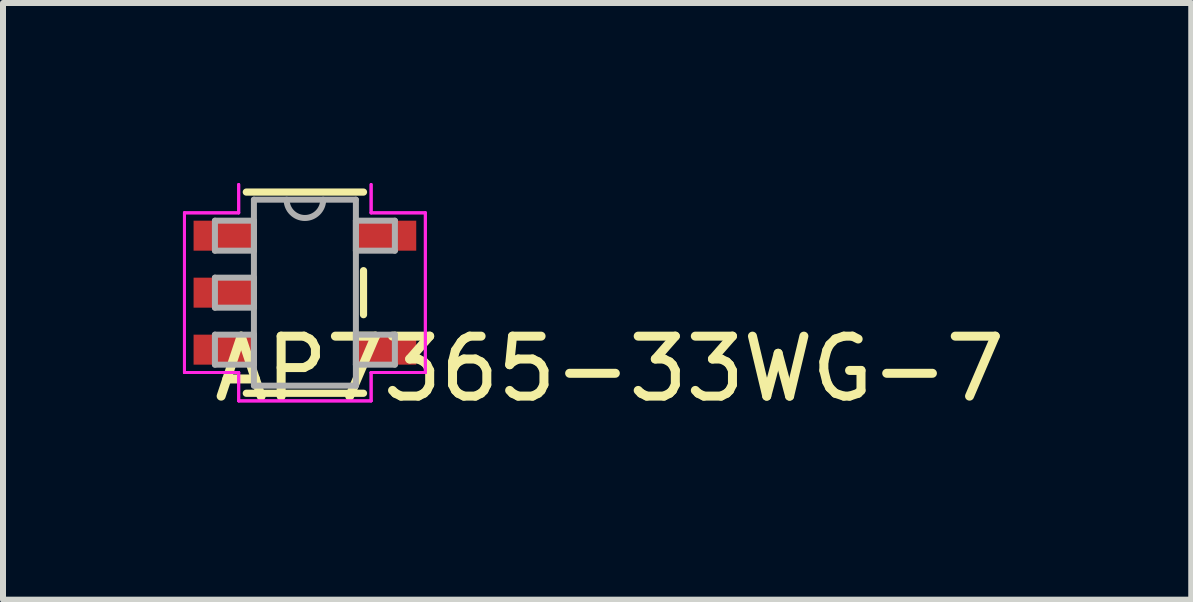
<source format=kicad_pcb>
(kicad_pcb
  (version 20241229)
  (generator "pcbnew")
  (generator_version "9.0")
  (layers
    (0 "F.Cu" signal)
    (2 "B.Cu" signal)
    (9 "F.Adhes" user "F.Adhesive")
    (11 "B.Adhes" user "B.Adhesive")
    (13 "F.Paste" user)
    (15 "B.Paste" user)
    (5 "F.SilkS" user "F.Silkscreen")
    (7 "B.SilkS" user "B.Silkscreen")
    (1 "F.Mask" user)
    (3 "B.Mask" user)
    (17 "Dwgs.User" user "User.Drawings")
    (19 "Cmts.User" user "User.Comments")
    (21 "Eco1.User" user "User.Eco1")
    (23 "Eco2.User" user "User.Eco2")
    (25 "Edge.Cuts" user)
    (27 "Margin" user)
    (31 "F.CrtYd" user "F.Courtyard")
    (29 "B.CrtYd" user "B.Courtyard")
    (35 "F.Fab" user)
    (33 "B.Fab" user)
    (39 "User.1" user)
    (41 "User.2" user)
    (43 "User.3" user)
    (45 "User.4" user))
  (footprint "AP7365-33WG-7"
    (layer "F.Cu")
    (at 2.033 1.829)
    (property "Reference" "AP7365-33WG-7" (at 5.08 1.27 0) (layer "F.SilkS") (effects (font (size 1 1) (thickness 0.15))))
    (attr through_hole)
    (fp_line (start -0.977 1.677) (end 0.977 1.677) (stroke (width 0.12) (type solid)) (layer "F.SilkS"))
    (fp_line (start 0.977 -1.677) (end -0.977 -1.677) (stroke (width 0.12) (type solid)) (layer "F.SilkS"))
    (fp_line (start 0.977 0.367) (end 0.977 -0.367) (stroke (width 0.12) (type solid)) (layer "F.SilkS"))
    (fp_line (start -2.008 -1.331) (end -1.104 -1.331) (stroke (width 0.05) (type solid)) (layer "F.CrtYd"))
    (fp_line (start -2.008 -1.331) (end -1.104 -1.331) (stroke (width 0.05) (type solid)) (layer "F.CrtYd"))
    (fp_line (start -2.008 1.331) (end -2.008 -1.331) (stroke (width 0.05) (type solid)) (layer "F.CrtYd"))
    (fp_line (start -2.008 1.331) (end -2.008 -1.331) (stroke (width 0.05) (type solid)) (layer "F.CrtYd"))
    (fp_line (start -1.104 -1.331) (end -1.104 -1.804) (stroke (width 0.05) (type solid)) (layer "F.CrtYd"))
    (fp_line (start -1.104 -1.331) (end -1.104 -1.804) (stroke (width 0.05) (type solid)) (layer "F.CrtYd"))
    (fp_line (start -1.104 1.331) (end -2.008 1.331) (stroke (width 0.05) (type solid)) (layer "F.CrtYd"))
    (fp_line (start -1.104 1.331) (end -2.008 1.331) (stroke (width 0.05) (type solid)) (layer "F.CrtYd"))
    (fp_line (start -1.104 1.804) (end -1.104 1.331) (stroke (width 0.05) (type solid)) (layer "F.CrtYd"))
    (fp_line (start -1.104 1.804) (end -1.104 1.331) (stroke (width 0.05) (type solid)) (layer "F.CrtYd"))
    (fp_line (start 1.104 -1.804) (end 1.104 -1.331) (stroke (width 0.05) (type solid)) (layer "F.CrtYd"))
    (fp_line (start 1.104 -1.804) (end 1.104 -1.331) (stroke (width 0.05) (type solid)) (layer "F.CrtYd"))
    (fp_line (start 1.104 -1.331) (end 2.008 -1.331) (stroke (width 0.05) (type solid)) (layer "F.CrtYd"))
    (fp_line (start 1.104 -1.331) (end 2.008 -1.331) (stroke (width 0.05) (type solid)) (layer "F.CrtYd"))
    (fp_line (start 1.104 1.331) (end 1.104 1.804) (stroke (width 0.05) (type solid)) (layer "F.CrtYd"))
    (fp_line (start 1.104 1.331) (end 1.104 1.804) (stroke (width 0.05) (type solid)) (layer "F.CrtYd"))
    (fp_line (start 1.104 1.804) (end -1.104 1.804) (stroke (width 0.05) (type solid)) (layer "F.CrtYd"))
    (fp_line (start 1.104 1.804) (end -1.104 1.804) (stroke (width 0.05) (type solid)) (layer "F.CrtYd"))
    (fp_line (start 2.008 -1.331) (end 2.008 1.331) (stroke (width 0.05) (type solid)) (layer "F.CrtYd"))
    (fp_line (start 2.008 -1.331) (end 2.008 1.331) (stroke (width 0.05) (type solid)) (layer "F.CrtYd"))
    (fp_line (start 2.008 1.331) (end 1.104 1.331) (stroke (width 0.05) (type solid)) (layer "F.CrtYd"))
    (fp_line (start 2.008 1.331) (end 1.104 1.331) (stroke (width 0.05) (type solid)) (layer "F.CrtYd"))
    (fp_line (start -1.5 -1.2) (end -1.5 -0.7) (stroke (width 0.1) (type solid)) (layer "F.Fab"))
    (fp_line (start -1.5 -0.7) (end -0.85 -0.7) (stroke (width 0.1) (type solid)) (layer "F.Fab"))
    (fp_line (start -1.5 -0.25) (end -1.5 0.25) (stroke (width 0.1) (type solid)) (layer "F.Fab"))
    (fp_line (start -1.5 0.25) (end -0.85 0.25) (stroke (width 0.1) (type solid)) (layer "F.Fab"))
    (fp_line (start -1.5 0.7) (end -1.5 1.2) (stroke (width 0.1) (type solid)) (layer "F.Fab"))
    (fp_line (start -1.5 1.2) (end -0.85 1.2) (stroke (width 0.1) (type solid)) (layer "F.Fab"))
    (fp_line (start -0.85 -1.55) (end -0.85 1.55) (stroke (width 0.1) (type solid)) (layer "F.Fab"))
    (fp_line (start -0.85 -1.2) (end -1.5 -1.2) (stroke (width 0.1) (type solid)) (layer "F.Fab"))
    (fp_line (start -0.85 -0.7) (end -0.85 -1.2) (stroke (width 0.1) (type solid)) (layer "F.Fab"))
    (fp_line (start -0.85 -0.25) (end -1.5 -0.25) (stroke (width 0.1) (type solid)) (layer "F.Fab"))
    (fp_line (start -0.85 0.25) (end -0.85 -0.25) (stroke (width 0.1) (type solid)) (layer "F.Fab"))
    (fp_line (start -0.85 0.7) (end -1.5 0.7) (stroke (width 0.1) (type solid)) (layer "F.Fab"))
    (fp_line (start -0.85 1.2) (end -0.85 0.7) (stroke (width 0.1) (type solid)) (layer "F.Fab"))
    (fp_line (start -0.85 1.55) (end 0.85 1.55) (stroke (width 0.1) (type solid)) (layer "F.Fab"))
    (fp_line (start 0.85 -1.55) (end -0.85 -1.55) (stroke (width 0.1) (type solid)) (layer "F.Fab"))
    (fp_line (start 0.85 -1.2) (end 0.85 -0.7) (stroke (width 0.1) (type solid)) (layer "F.Fab"))
    (fp_line (start 0.85 -0.7) (end 1.5 -0.7) (stroke (width 0.1) (type solid)) (layer "F.Fab"))
    (fp_line (start 0.85 0.7) (end 0.85 1.2) (stroke (width 0.1) (type solid)) (layer "F.Fab"))
    (fp_line (start 0.85 1.2) (end 1.5 1.2) (stroke (width 0.1) (type solid)) (layer "F.Fab"))
    (fp_line (start 0.85 1.55) (end 0.85 -1.55) (stroke (width 0.1) (type solid)) (layer "F.Fab"))
    (fp_line (start 1.5 -1.2) (end 0.85 -1.2) (stroke (width 0.1) (type solid)) (layer "F.Fab"))
    (fp_line (start 1.5 -0.7) (end 1.5 -1.2) (stroke (width 0.1) (type solid)) (layer "F.Fab"))
    (fp_line (start 1.5 0.7) (end 0.85 0.7) (stroke (width 0.1) (type solid)) (layer "F.Fab"))
    (fp_line (start 1.5 1.2) (end 1.5 0.7) (stroke (width 0.1) (type solid)) (layer "F.Fab"))
    (fp_arc (start 0.3048 -1.549998) (mid -0.000001 -1.245199) (end -0.3048 -1.55) (stroke (width 0.1) (type solid)) (layer "F.Fab"))
    (pad "1" smd rect (at -1.353 -0.95) (size 1.006 0.5) (layers "F.Cu" "F.Mask" "F.Paste"))
    (pad "2" smd rect (at -1.353 0) (size 1.006 0.5) (layers "F.Cu" "F.Mask" "F.Paste"))
    (pad "3" smd rect (at -1.353 0.95) (size 1.006 0.5) (layers "F.Cu" "F.Mask" "F.Paste"))
    (pad "4" smd rect (at 1.353 0.95) (size 1.006 0.5) (layers "F.Cu" "F.Mask" "F.Paste"))
    (pad "5" smd rect (at 1.353 -0.95) (size 1.006 0.5) (layers "F.Cu" "F.Mask" "F.Paste")))
  (gr_rect
    (start -3 -3)
    (end 16.809 6.947)
    (stroke (width 0.1) (type default))
    (fill no)
    (layer "Edge.Cuts")))
</source>
